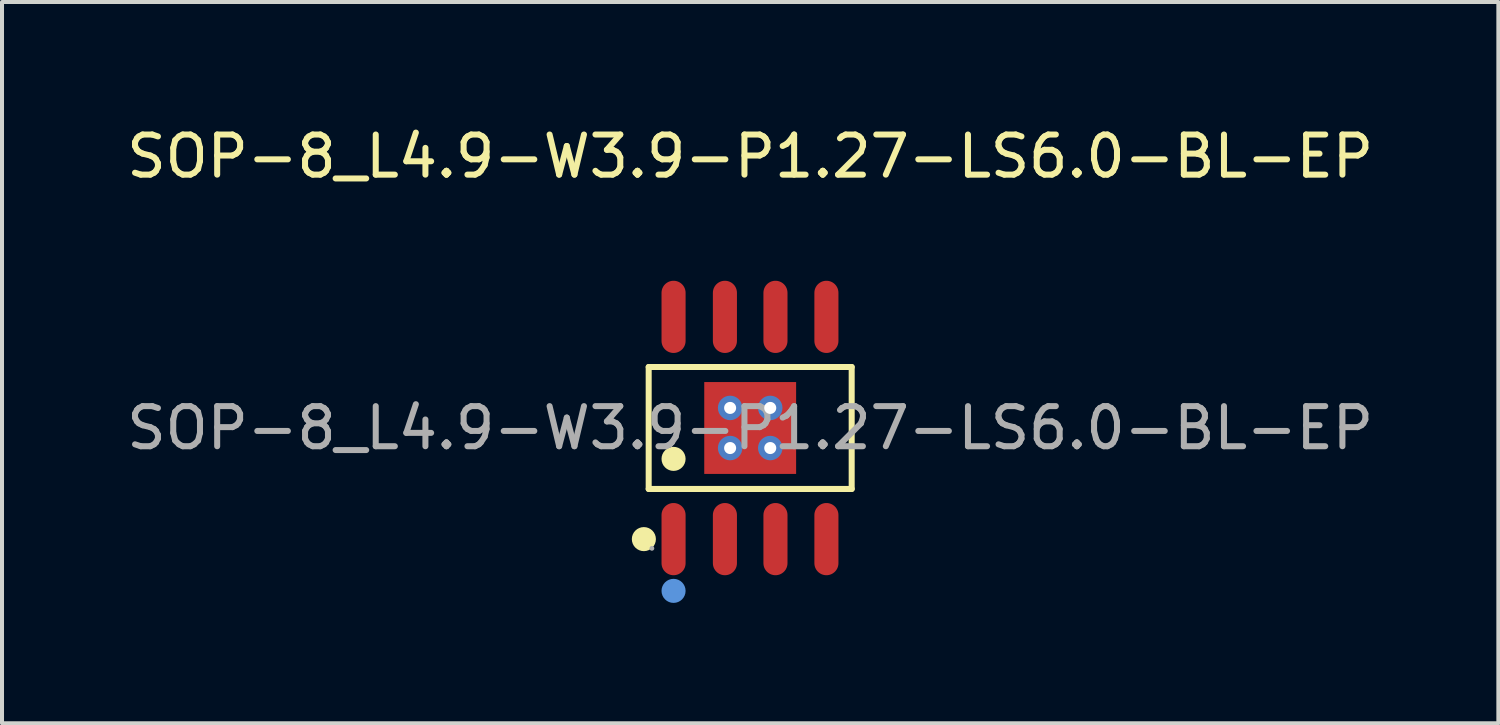
<source format=kicad_pcb>
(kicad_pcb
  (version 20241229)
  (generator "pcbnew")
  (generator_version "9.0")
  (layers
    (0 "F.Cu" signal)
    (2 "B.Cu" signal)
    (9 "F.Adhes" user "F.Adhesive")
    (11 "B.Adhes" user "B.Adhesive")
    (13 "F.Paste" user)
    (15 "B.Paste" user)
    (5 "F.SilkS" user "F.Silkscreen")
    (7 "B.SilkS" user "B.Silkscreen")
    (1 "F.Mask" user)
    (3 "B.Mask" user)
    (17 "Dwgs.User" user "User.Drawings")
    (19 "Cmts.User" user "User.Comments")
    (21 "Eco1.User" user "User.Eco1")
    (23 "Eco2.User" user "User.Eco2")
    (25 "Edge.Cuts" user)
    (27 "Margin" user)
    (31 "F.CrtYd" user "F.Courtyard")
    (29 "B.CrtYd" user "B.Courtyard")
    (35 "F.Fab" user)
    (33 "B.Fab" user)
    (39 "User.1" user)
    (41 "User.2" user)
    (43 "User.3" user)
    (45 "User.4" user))
  (footprint "SOP-8_L4.9-W3.9-P1.27-LS6.0-BL-EP"
    (layer "F.Cu")
    (at 15.649 7.618)
    (property "Reference" "SOP-8_L4.9-W3.9-P1.27-LS6.0-BL-EP" (at 0 -6.77 0) (layer "F.SilkS") (effects (font (size 1 1) (thickness 0.15))))
    (attr smd)
    (fp_line (start -2.53 -1.52) (end 2.53 -1.52) (stroke (width 0.15) (type solid)) (layer "F.SilkS"))
    (fp_line (start -2.53 1.52) (end -2.53 -1.52) (stroke (width 0.15) (type solid)) (layer "F.SilkS"))
    (fp_line (start 2.53 -1.52) (end 2.53 1.52) (stroke (width 0.15) (type solid)) (layer "F.SilkS"))
    (fp_line (start 2.53 1.52) (end -2.53 1.52) (stroke (width 0.15) (type solid)) (layer "F.SilkS"))
    (fp_circle (center -2.65 2.77) (end -2.5 2.77) (stroke (width 0.3) (type solid)) (fill no) (layer "F.SilkS"))
    (fp_circle (center -1.91 0.77) (end -1.76 0.77) (stroke (width 0.3) (type solid)) (fill no) (layer "F.SilkS"))
    (fp_circle (center -1.91 4.06) (end -1.76 4.06) (stroke (width 0.3) (type solid)) (fill no) (layer "Cmts.User"))
    (fp_circle (center -2.45 3) (end -2.42 3) (stroke (width 0.06) (type solid)) (fill no) (layer "F.Fab"))
    (fp_text user "${REFERENCE}" (at 0 0 0) (layer "F.Fab") (effects (font (size 1 1) (thickness 0.15))))
    (pad "" thru_hole circle (at -0.5 -0.5) (size 0.61 0.61) (drill 0.3) (layers "*.Cu" "*.Paste" "*.Mask"))
    (pad "" thru_hole circle (at -0.5 0.5) (size 0.61 0.61) (drill 0.3) (layers "*.Cu" "*.Paste" "*.Mask"))
    (pad "" thru_hole circle (at 0.5 -0.5) (size 0.61 0.61) (drill 0.3) (layers "*.Cu" "*.Paste" "*.Mask"))
    (pad "" thru_hole circle (at 0.5 0.5) (size 0.61 0.61) (drill 0.3) (layers "*.Cu" "*.Paste" "*.Mask"))
    (pad "1" smd oval (at -1.91 2.77) (size 0.6 1.8) (layers "F.Cu" "F.Mask" "F.Paste"))
    (pad "2" smd oval (at -0.63 2.77) (size 0.6 1.8) (layers "F.Cu" "F.Mask" "F.Paste"))
    (pad "3" smd oval (at 0.63 2.77) (size 0.6 1.8) (layers "F.Cu" "F.Mask" "F.Paste"))
    (pad "4" smd oval (at 1.9 2.77) (size 0.6 1.8) (layers "F.Cu" "F.Mask" "F.Paste"))
    (pad "5" smd oval (at 1.9 -2.77) (size 0.6 1.8) (layers "F.Cu" "F.Mask" "F.Paste"))
    (pad "6" smd oval (at 0.63 -2.77) (size 0.6 1.8) (layers "F.Cu" "F.Mask" "F.Paste"))
    (pad "7" smd oval (at -0.63 -2.77) (size 0.6 1.8) (layers "F.Cu" "F.Mask" "F.Paste"))
    (pad "8" smd oval (at -1.91 -2.77) (size 0.6 1.8) (layers "F.Cu" "F.Mask" "F.Paste"))
    (pad "9" smd rect (at 0 0) (size 2.29 2.29) (layers "F.Cu" "F.Mask" "F.Paste")))
  (gr_rect
    (start -3 -3)
    (end 34.298 14.978)
    (stroke (width 0.1) (type default))
    (fill no)
    (layer "Edge.Cuts")))
</source>
